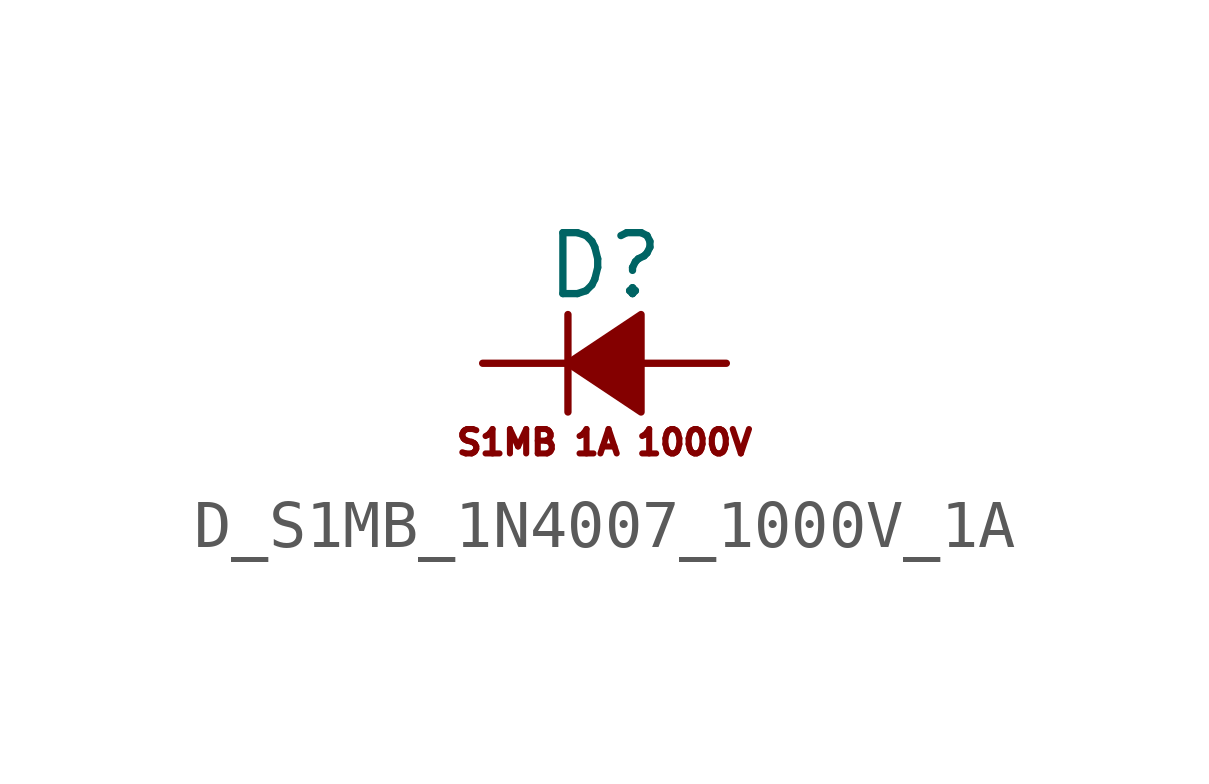
<source format=kicad_sym>
(kicad_symbol_lib
  (version 20211014)
  (generator kicad_symbol_editor)
  (symbol "D_S1MB_1N4007_1000V_1A"
    (pin_numbers hide)
    (pin_names
      (offset 0.254) hide)
    (property "Reference" "D"
      (at -1.27 2.032 0)
      (effects (font (size 1.27 1.27)) (justify left)))
    (symbol "D_S1MB_1N4007_1000V_1A_0_0"
      (text "S1MB 1A 1000V" (at 0 -1.651 0) (effects (font (size 0.508 0.508)))))
    (symbol "D_S1MB_1N4007_1000V_1A_0_1"
      (polyline (pts (xy -0.762 -1.016) (xy -0.762 1.016)) (stroke (width 0) (type default) (color 0 0 0 0)) (fill (type none)))
      (polyline (pts (xy -0.762 0) (xy 0.762 0)) (stroke (width 0) (type default) (color 0 0 0 0)) (fill (type none)))
      (polyline (pts (xy 0.762 -1.016) (xy -0.762 0) (xy 0.762 1.016) (xy 0.762 -1.016)) (stroke (width 0) (type default) (color 0 0 0 0)) (fill (type outline))))
    (symbol "D_S1MB_1N4007_1000V_1A_1_1"
      (pin passive line (at -2.54 0 0) (length 1.778) (name "K" (effects (font (size 1.27 1.27)))) (number "1" (effects (font (size 1.27 1.27)))))
      (pin passive line (at 2.54 0 180) (length 1.778) (name "A" (effects (font (size 1.27 1.27)))) (number "2" (effects (font (size 1.27 1.27))))))))
</source>
